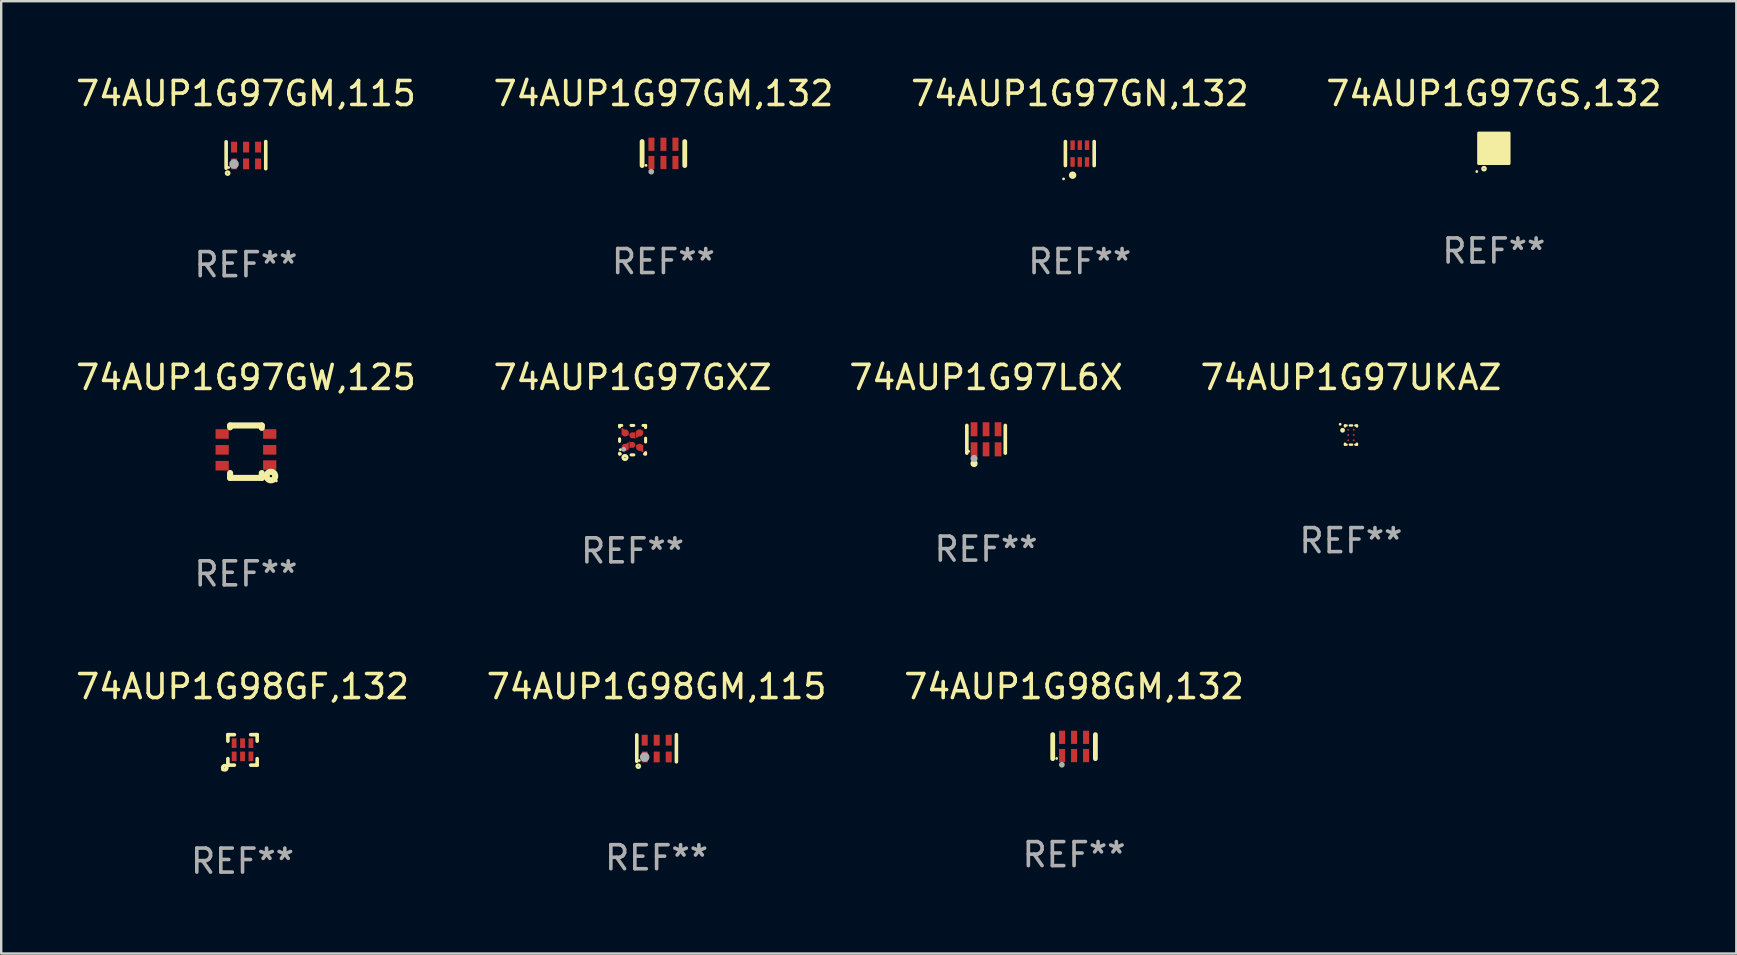
<source format=kicad_pcb>
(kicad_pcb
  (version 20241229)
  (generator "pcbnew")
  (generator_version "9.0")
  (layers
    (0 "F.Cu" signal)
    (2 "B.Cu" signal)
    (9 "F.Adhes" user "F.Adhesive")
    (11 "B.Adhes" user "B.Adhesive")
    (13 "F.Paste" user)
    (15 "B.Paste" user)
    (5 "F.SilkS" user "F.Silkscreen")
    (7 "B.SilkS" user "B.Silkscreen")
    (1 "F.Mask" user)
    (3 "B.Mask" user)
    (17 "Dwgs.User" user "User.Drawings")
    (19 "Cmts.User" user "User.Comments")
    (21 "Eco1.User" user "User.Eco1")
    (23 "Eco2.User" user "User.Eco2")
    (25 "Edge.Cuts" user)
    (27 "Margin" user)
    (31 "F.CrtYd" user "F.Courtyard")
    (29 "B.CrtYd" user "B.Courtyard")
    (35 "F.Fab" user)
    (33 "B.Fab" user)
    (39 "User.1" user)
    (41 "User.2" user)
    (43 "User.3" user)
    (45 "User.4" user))
  (footprint "74AUP1G97GN,132"
    (layer "F.Cu")
    (at 41.935 3.348)
    (property "Reference" "74AUP1G97GN,132" (at 0 -2.5 0) (layer "F.SilkS") (effects (font (size 1 1) (thickness 0.15))))
    (attr through_hole)
    (fp_line (start -0.6 -0.5) (end -0.6 0.5) (stroke (width 0.15) (type solid)) (layer "F.SilkS"))
    (fp_line (start 0.6 0.5) (end 0.6 -0.5) (stroke (width 0.15) (type solid)) (layer "F.SilkS"))
    (fp_circle (center -0.675 1.055) (end -0.645 1.055) (stroke (width 0.06) (type solid)) (fill no) (layer "F.SilkS"))
    (fp_circle (center -0.3 0.9) (end -0.22 0.9) (stroke (width 0.15) (type solid)) (fill no) (layer "F.SilkS"))
    (fp_text user "REF**" (at 0 4.5 0) (layer "F.Fab") (effects (font (size 1 1) (thickness 0.15))))
    (pad "1" smd rect (at -0.3 0.35) (size 0.18 0.4) (layers "F.Cu" "F.Mask" "F.Paste"))
    (pad "2" smd rect (at 0.000025 0.35) (size 0.18 0.4) (layers "F.Cu" "F.Mask" "F.Paste"))
    (pad "3" smd rect (at 0.3 0.35) (size 0.18 0.4) (layers "F.Cu" "F.Mask" "F.Paste"))
    (pad "4" smd rect (at 0.3 -0.35) (size 0.18 0.4) (layers "F.Cu" "F.Mask" "F.Paste"))
    (pad "5" smd rect (at 0.000025 -0.35) (size 0.18 0.4) (layers "F.Cu" "F.Mask" "F.Paste"))
    (pad "6" smd rect (at -0.3 -0.35) (size 0.18 0.4) (layers "F.Cu" "F.Mask" "F.Paste")))
  (footprint "74AUP1G98GM,115"
    (layer "F.Cu")
    (at 24.304 28.121)
    (property "Reference" "74AUP1G98GM,115" (at 0 -2.565 0) (layer "F.SilkS") (effects (font (size 1 1) (thickness 0.15))))
    (attr through_hole)
    (fp_line (start -0.825 -0.555) (end -0.825 0.545) (stroke (width 0.15) (type solid)) (layer "F.SilkS"))
    (fp_line (start 0.825 -0.565) (end 0.825 0.565) (stroke (width 0.15) (type solid)) (layer "F.SilkS"))
    (fp_circle (center -0.763 0.749) (end -0.695 0.749) (stroke (width 0.1) (type solid)) (fill no) (layer "F.SilkS"))
    (fp_circle (center -0.72 0.515) (end -0.69 0.515) (stroke (width 0.06) (type solid)) (fill no) (layer "F.SilkS"))
    (fp_circle (center -0.496 0.371) (end -0.396 0.371) (stroke (width 0.2) (type solid)) (fill no) (layer "F.Fab"))
    (fp_text user "REF**" (at 0 4.565 0) (layer "F.Fab") (effects (font (size 1 1) (thickness 0.15))))
    (pad "1" smd rect (at -0.495 0.365) (size 0.25 0.45) (layers "F.Cu" "F.Mask" "F.Paste"))
    (pad "2" smd rect (at 0.005 0.365) (size 0.25 0.45) (layers "F.Cu" "F.Mask" "F.Paste"))
    (pad "3" smd rect (at 0.505 0.365) (size 0.25 0.45) (layers "F.Cu" "F.Mask" "F.Paste"))
    (pad "4" smd rect (at 0.505 -0.335) (size 0.25 0.45) (layers "F.Cu" "F.Mask" "F.Paste"))
    (pad "5" smd rect (at 0.005 -0.335) (size 0.25 0.45) (layers "F.Cu" "F.Mask" "F.Paste"))
    (pad "6" smd rect (at -0.495 -0.335) (size 0.25 0.45) (layers "F.Cu" "F.Mask" "F.Paste")))
  (footprint "74AUP1G97L6X"
    (layer "F.Cu")
    (at 38.03 15.251)
    (property "Reference" "74AUP1G97L6X" (at 0 -2.576 0) (layer "F.SilkS") (effects (font (size 1 1) (thickness 0.15))))
    (attr through_hole)
    (fp_line (start -0.801 0.576) (end -0.801 -0.576) (stroke (width 0.152) (type solid)) (layer "F.SilkS"))
    (fp_line (start 0.801 0.576) (end 0.801 -0.576) (stroke (width 0.152) (type solid)) (layer "F.SilkS"))
    (fp_circle (center -0.725 0.5) (end -0.695 0.5) (stroke (width 0.06) (type solid)) (fill no) (layer "F.SilkS"))
    (fp_circle (center -0.5 1.01) (end -0.425 1.01) (stroke (width 0.15) (type solid)) (fill no) (layer "F.SilkS"))
    (fp_circle (center -0.5 0.8) (end -0.425 0.8) (stroke (width 0.15) (type solid)) (fill no) (layer "F.Fab"))
    (fp_text user "REF**" (at 0 4.576 0) (layer "F.Fab") (effects (font (size 1 1) (thickness 0.15))))
    (pad "1" smd rect (at -0.5 0.418) (size 0.28 0.585) (layers "F.Cu" "F.Mask" "F.Paste"))
    (pad "2" smd rect (at 0 0.418) (size 0.28 0.585) (layers "F.Cu" "F.Mask" "F.Paste"))
    (pad "3" smd rect (at 0.5 0.418) (size 0.28 0.585) (layers "F.Cu" "F.Mask" "F.Paste"))
    (pad "4" smd rect (at 0.5 -0.418) (size 0.28 0.585) (layers "F.Cu" "F.Mask" "F.Paste"))
    (pad "5" smd rect (at 0 -0.418) (size 0.28 0.585) (layers "F.Cu" "F.Mask" "F.Paste"))
    (pad "6" smd rect (at -0.5 -0.418) (size 0.28 0.585) (layers "F.Cu" "F.Mask" "F.Paste")))
  (footprint "74AUP1G98GM,132"
    (layer "F.Cu")
    (at 41.696 28.056)
    (property "Reference" "74AUP1G98GM,132" (at 0 -2.5 0) (layer "F.SilkS") (effects (font (size 1 1) (thickness 0.15))))
    (attr through_hole)
    (fp_line (start -0.889 0.5) (end -0.889 -0.5) (stroke (width 0.2) (type solid)) (layer "F.SilkS"))
    (fp_line (start 0.889 0.5) (end 0.889 -0.5) (stroke (width 0.2) (type solid)) (layer "F.SilkS"))
    (fp_circle (center -0.725 0.492) (end -0.695 0.492) (stroke (width 0.06) (type solid)) (fill no) (layer "F.SilkS"))
    (fp_circle (center -0.508 0.754) (end -0.448 0.754) (stroke (width 0.12) (type solid)) (fill no) (layer "F.Fab"))
    (fp_text user "REF**" (at 0 4.5 0) (layer "F.Fab") (effects (font (size 1 1) (thickness 0.15))))
    (pad "1" smd rect (at -0.5 0.372) (size 0.25 0.55) (layers "F.Cu" "F.Mask" "F.Paste"))
    (pad "2" smd rect (at -0.000127 0.372) (size 0.25 0.55) (layers "F.Cu" "F.Mask" "F.Paste"))
    (pad "3" smd rect (at 0.5 0.372) (size 0.25 0.55) (layers "F.Cu" "F.Mask" "F.Paste"))
    (pad "4" smd rect (at 0.5 -0.388 180) (size 0.25 0.55) (layers "F.Cu" "F.Mask" "F.Paste"))
    (pad "5" smd rect (at -0.000127 -0.388 180) (size 0.25 0.55) (layers "F.Cu" "F.Mask" "F.Paste"))
    (pad "6" smd rect (at -0.5 -0.388 180) (size 0.25 0.55) (layers "F.Cu" "F.Mask" "F.Paste")))
  (footprint "74AUP1G97GXZ"
    (layer "F.Cu")
    (at 23.304 15.287)
    (property "Reference" "74AUP1G97GXZ" (at 0 -2.613 0) (layer "F.SilkS") (effects (font (size 1 1) (thickness 0.15))))
    (attr through_hole)
    (fp_line (start -0.542 -0.613) (end -0.451 -0.613) (stroke (width 0.127) (type solid)) (layer "F.SilkS"))
    (fp_line (start -0.542 -0.55) (end -0.542 -0.613) (stroke (width 0.127) (type solid)) (layer "F.SilkS"))
    (fp_line (start -0.542 0.05) (end -0.542 -0.055) (stroke (width 0.127) (type solid)) (layer "F.SilkS"))
    (fp_line (start -0.542 0.577) (end -0.542 0.545) (stroke (width 0.127) (type solid)) (layer "F.SilkS"))
    (fp_line (start -0.512 0.577) (end -0.542 0.577) (stroke (width 0.127) (type solid)) (layer "F.SilkS"))
    (fp_line (start -0.064 -0.613) (end 0.049 -0.613) (stroke (width 0.127) (type solid)) (layer "F.SilkS"))
    (fp_line (start -0.062 0.613) (end 0.051 0.613) (stroke (width 0.127) (type solid)) (layer "F.SilkS"))
    (fp_line (start 0.436 -0.613) (end 0.542 -0.613) (stroke (width 0.127) (type solid)) (layer "F.SilkS"))
    (fp_line (start 0.542 -0.613) (end 0.542 -0.524) (stroke (width 0.127) (type solid)) (layer "F.SilkS"))
    (fp_line (start 0.542 -0.081) (end 0.542 0.076) (stroke (width 0.127) (type solid)) (layer "F.SilkS"))
    (fp_line (start 0.542 0.519) (end 0.542 0.577) (stroke (width 0.127) (type solid)) (layer "F.SilkS"))
    (fp_line (start 0.542 0.577) (end 0.497 0.577) (stroke (width 0.127) (type solid)) (layer "F.SilkS"))
    (fp_circle (center -0.508 0.397) (end -0.478 0.397) (stroke (width 0.06) (type solid)) (fill no) (layer "F.SilkS"))
    (fp_circle (center -0.317 0.723) (end -0.296 0.723) (stroke (width 0.127) (type solid)) (fill no) (layer "F.SilkS"))
    (fp_circle (center -0.373 0.382) (end -0.322 0.382) (stroke (width 0.1) (type solid)) (fill no) (layer "F.Fab"))
    (fp_text user "REF**" (at 0 4.613 0) (layer "F.Fab") (effects (font (size 1 1) (thickness 0.15))))
    (pad "1" smd custom (at -0.308 0.298 90) (size 0.3 0.3) (layers "F.Cu" "F.Mask" "F.Paste") (options (anchor circle)) (primitives (gr_poly (pts (xy -0.1 0.15) (xy 0.2 0.15) (xy 0.2 0.1) (xy -0.05 -0.15) (xy -0.1 -0.15)) (width 0) (fill yes))))
    (pad "2" smd custom (at -0.008 0.197 90) (size 0.25 0.3) (layers "F.Cu" "F.Mask" "F.Paste") (options (anchor circle)) (primitives (gr_poly (pts (xy -0.15 -0.125) (xy 0.15 -0.125) (xy 0.000076 0.125)) (width 0) (fill yes))))
    (pad "3" smd custom (at 0.292 0.298 90) (size 0.3 0.3) (layers "F.Cu" "F.Mask" "F.Paste") (options (anchor circle)) (primitives (gr_poly (pts (xy 0.1 0.15) (xy 0.1 -0.15) (xy 0.05 -0.15) (xy -0.2 0.1) (xy -0.2 0.15)) (width 0) (fill yes))))
    (pad "4" smd custom (at 0.292 -0.302 90) (size 0.3 0.3) (layers "F.Cu" "F.Mask" "F.Paste") (options (anchor circle)) (primitives (gr_poly (pts (xy 0.1 -0.15) (xy -0.2 -0.15) (xy -0.2 -0.1) (xy 0.05 0.15) (xy 0.1 0.15)) (width 0) (fill yes))))
    (pad "5" smd custom (at -0.008 -0.202 90) (size 0.25 0.3) (layers "F.Cu" "F.Mask" "F.Paste") (options (anchor circle)) (primitives (gr_poly (pts (xy -0.15 0.125) (xy 0.15 0.125) (xy 0.000051 -0.125)) (width 0) (fill yes))))
    (pad "6" smd custom (at -0.308 -0.302 90) (size 0.3 0.3) (layers "F.Cu" "F.Mask" "F.Paste") (options (anchor circle)) (primitives (gr_poly (pts (xy -0.1 -0.15) (xy 0.2 -0.15) (xy 0.2 -0.1) (xy -0.05 0.15) (xy -0.1 0.15)) (width 0) (fill yes)))))
  (footprint "74AUP1G97GM,132"
    (layer "F.Cu")
    (at 24.589 3.348)
    (property "Reference" "74AUP1G97GM,132" (at 0 -2.5 0) (layer "F.SilkS") (effects (font (size 1 1) (thickness 0.15))))
    (attr through_hole)
    (fp_line (start -0.889 0.5) (end -0.889 -0.5) (stroke (width 0.2) (type solid)) (layer "F.SilkS"))
    (fp_line (start 0.889 0.5) (end 0.889 -0.5) (stroke (width 0.2) (type solid)) (layer "F.SilkS"))
    (fp_circle (center -0.725 0.492) (end -0.695 0.492) (stroke (width 0.06) (type solid)) (fill no) (layer "F.SilkS"))
    (fp_circle (center -0.508 0.754) (end -0.448 0.754) (stroke (width 0.12) (type solid)) (fill no) (layer "F.Fab"))
    (fp_text user "REF**" (at 0 4.5 0) (layer "F.Fab") (effects (font (size 1 1) (thickness 0.15))))
    (pad "1" smd rect (at -0.5 0.372) (size 0.25 0.55) (layers "F.Cu" "F.Mask" "F.Paste"))
    (pad "2" smd rect (at -0.000127 0.372) (size 0.25 0.55) (layers "F.Cu" "F.Mask" "F.Paste"))
    (pad "3" smd rect (at 0.5 0.372) (size 0.25 0.55) (layers "F.Cu" "F.Mask" "F.Paste"))
    (pad "4" smd rect (at 0.5 -0.388 180) (size 0.25 0.55) (layers "F.Cu" "F.Mask" "F.Paste"))
    (pad "5" smd rect (at -0.000127 -0.388 180) (size 0.25 0.55) (layers "F.Cu" "F.Mask" "F.Paste"))
    (pad "6" smd rect (at -0.5 -0.388 180) (size 0.25 0.55) (layers "F.Cu" "F.Mask" "F.Paste")))
  (footprint "74AUP1G97GS,132"
    (layer "F.Cu")
    (at 59.185 3.128)
    (property "Reference" "74AUP1G97GS,132" (at 0 -2.28 0) (layer "F.SilkS") (effects (font (size 1 1) (thickness 0.15))))
    (attr through_hole)
    (fp_circle (center -0.71 0.968) (end -0.68 0.968) (stroke (width 0.06) (type solid)) (fill no) (layer "F.SilkS"))
    (fp_circle (center -0.41 0.85) (end -0.342 0.85) (stroke (width 0.1) (type solid)) (fill no) (layer "F.SilkS"))
    (fp_poly (pts (xy -0.635 -0.635) (xy 0.635 -0.635) (xy 0.635 0.635) (xy -0.635 0.635)) (stroke (width 0.12) (type solid)) (fill yes) (layer "F.SilkS"))
    (fp_text user "REF**" (at 0 4.28 0) (layer "F.Fab") (effects (font (size 1 1) (thickness 0.15))))
    (pad "1" smd rect (at -0.35 0.28 90) (size 0.35 0.2) (layers "F.Cu" "F.Mask" "F.Paste"))
    (pad "2" smd rect (at 0 0.28 90) (size 0.35 0.2) (layers "F.Cu" "F.Mask" "F.Paste"))
    (pad "3" smd rect (at 0.35 0.28 90) (size 0.35 0.2) (layers "F.Cu" "F.Mask" "F.Paste"))
    (pad "4" smd rect (at 0.35 -0.28 90) (size 0.35 0.2) (layers "F.Cu" "F.Mask" "F.Paste"))
    (pad "5" smd rect (at 0 -0.28 90) (size 0.35 0.2) (layers "F.Cu" "F.Mask" "F.Paste"))
    (pad "6" smd rect (at -0.35 -0.28 90) (size 0.35 0.2) (layers "F.Cu" "F.Mask" "F.Paste")))
  (footprint "74AUP1G97GM,115"
    (layer "F.Cu")
    (at 7.196 3.413)
    (property "Reference" "74AUP1G97GM,115" (at 0 -2.565 0) (layer "F.SilkS") (effects (font (size 1 1) (thickness 0.15))))
    (attr through_hole)
    (fp_line (start -0.825 -0.555) (end -0.825 0.545) (stroke (width 0.15) (type solid)) (layer "F.SilkS"))
    (fp_line (start 0.825 -0.565) (end 0.825 0.565) (stroke (width 0.15) (type solid)) (layer "F.SilkS"))
    (fp_circle (center -0.763 0.749) (end -0.695 0.749) (stroke (width 0.1) (type solid)) (fill no) (layer "F.SilkS"))
    (fp_circle (center -0.72 0.515) (end -0.69 0.515) (stroke (width 0.06) (type solid)) (fill no) (layer "F.SilkS"))
    (fp_circle (center -0.496 0.371) (end -0.396 0.371) (stroke (width 0.2) (type solid)) (fill no) (layer "F.Fab"))
    (fp_text user "REF**" (at 0 4.565 0) (layer "F.Fab") (effects (font (size 1 1) (thickness 0.15))))
    (pad "1" smd rect (at -0.495 0.365) (size 0.25 0.45) (layers "F.Cu" "F.Mask" "F.Paste"))
    (pad "2" smd rect (at 0.005 0.365) (size 0.25 0.45) (layers "F.Cu" "F.Mask" "F.Paste"))
    (pad "3" smd rect (at 0.505 0.365) (size 0.25 0.45) (layers "F.Cu" "F.Mask" "F.Paste"))
    (pad "4" smd rect (at 0.505 -0.335) (size 0.25 0.45) (layers "F.Cu" "F.Mask" "F.Paste"))
    (pad "5" smd rect (at 0.005 -0.335) (size 0.25 0.45) (layers "F.Cu" "F.Mask" "F.Paste"))
    (pad "6" smd rect (at -0.495 -0.335) (size 0.25 0.45) (layers "F.Cu" "F.Mask" "F.Paste")))
  (footprint "74AUP1G97UKAZ"
    (layer "F.Cu")
    (at 53.232 15.075)
    (property "Reference" "74AUP1G97UKAZ" (at 0 -2.4 0) (layer "F.SilkS") (effects (font (size 1 1) (thickness 0.15))))
    (attr through_hole)
    (fp_line (start -0.25 -0.4) (end -0.183 -0.4) (stroke (width 0.1) (type solid)) (layer "F.SilkS"))
    (fp_line (start -0.25 -0.359) (end -0.25 -0.4) (stroke (width 0.1) (type solid)) (layer "F.SilkS"))
    (fp_line (start -0.25 0.4) (end -0.25 0.359) (stroke (width 0.1) (type solid)) (layer "F.SilkS"))
    (fp_line (start -0.183 0.4) (end -0.25 0.4) (stroke (width 0.1) (type solid)) (layer "F.SilkS"))
    (fp_line (start -0.047 -0.4) (end 0.047 -0.4) (stroke (width 0.1) (type solid)) (layer "F.SilkS"))
    (fp_line (start 0.047 0.4) (end -0.047 0.4) (stroke (width 0.1) (type solid)) (layer "F.SilkS"))
    (fp_line (start 0.183 -0.4) (end 0.25 -0.4) (stroke (width 0.1) (type solid)) (layer "F.SilkS"))
    (fp_line (start 0.25 -0.4) (end 0.25 -0.358) (stroke (width 0.1) (type solid)) (layer "F.SilkS"))
    (fp_line (start 0.25 0.358) (end 0.25 0.4) (stroke (width 0.1) (type solid)) (layer "F.SilkS"))
    (fp_line (start 0.25 0.4) (end 0.183 0.4) (stroke (width 0.1) (type solid)) (layer "F.SilkS"))
    (fp_circle (center -0.45 -0.45) (end -0.42 -0.45) (stroke (width 0.06) (type solid)) (fill no) (layer "F.SilkS"))
    (fp_circle (center -0.35 -0.2) (end -0.3 -0.2) (stroke (width 0.1) (type solid)) (fill no) (layer "F.SilkS"))
    (fp_text user "REF**" (at 0 4.4 0) (layer "F.Fab") (effects (font (size 1 1) (thickness 0.15))))
    (pad "A1" smd circle (at -0.115 -0.22) (size 0.08 0.08) (layers "F.Cu" "F.Mask" "F.Paste"))
    (pad "A2" smd circle (at 0.115 -0.22) (size 0.08 0.08) (layers "F.Cu" "F.Mask" "F.Paste"))
    (pad "B1" smd circle (at -0.115 0) (size 0.08 0.08) (layers "F.Cu" "F.Mask" "F.Paste"))
    (pad "B2" smd circle (at 0.115 0) (size 0.08 0.08) (layers "F.Cu" "F.Mask" "F.Paste"))
    (pad "C1" smd circle (at -0.115 0.22) (size 0.08 0.08) (layers "F.Cu" "F.Mask" "F.Paste"))
    (pad "C2" smd circle (at 0.115 0.22) (size 0.08 0.08) (layers "F.Cu" "F.Mask" "F.Paste")))
  (footprint "74AUP1G97GW,125"
    (layer "F.Cu")
    (at 7.196 15.767)
    (property "Reference" "74AUP1G97GW,125" (at 0 -3.092 0) (layer "F.SilkS") (effects (font (size 1 1) (thickness 0.15))))
    (attr through_hole)
    (fp_line (start -0.66 -1.092) (end -0.66 -1.016) (stroke (width 0.254) (type solid)) (layer "F.SilkS"))
    (fp_line (start -0.66 1.092) (end -0.66 0.889) (stroke (width 0.254) (type solid)) (layer "F.SilkS"))
    (fp_line (start 0.66 -1.092) (end -0.66 -1.092) (stroke (width 0.254) (type solid)) (layer "F.SilkS"))
    (fp_line (start 0.66 -0.991) (end 0.66 -1.092) (stroke (width 0.254) (type solid)) (layer "F.SilkS"))
    (fp_line (start 0.66 0.889) (end 0.66 1.092) (stroke (width 0.254) (type solid)) (layer "F.SilkS"))
    (fp_line (start 0.66 1.092) (end -0.66 1.092) (stroke (width 0.254) (type solid)) (layer "F.SilkS"))
    (fp_circle (center 1.041 1.016) (end 1.092 1.016) (stroke (width 0.254) (type solid)) (fill no) (layer "F.SilkS"))
    (fp_circle (center 1.266 1.219) (end 1.296 1.219) (stroke (width 0.06) (type solid)) (fill no) (layer "F.SilkS"))
    (fp_text user "REF**" (at 0 5.092 0) (layer "F.Fab") (effects (font (size 1 1) (thickness 0.15))))
    (pad "1" smd rect (at 0.991 0.559 270) (size 0.399 0.551) (layers "F.Cu" "F.Mask" "F.Paste"))
    (pad "2" smd rect (at 0.991 -0.076 270) (size 0.399 0.551) (layers "F.Cu" "F.Mask" "F.Paste"))
    (pad "3" smd rect (at 0.991 -0.737 270) (size 0.399 0.551) (layers "F.Cu" "F.Mask" "F.Paste"))
    (pad "4" smd rect (at -0.991 -0.737 270) (size 0.399 0.551) (layers "F.Cu" "F.Mask" "F.Paste"))
    (pad "5" smd rect (at -0.991 -0.076 270) (size 0.399 0.551) (layers "F.Cu" "F.Mask" "F.Paste"))
    (pad "6" smd rect (at -0.991 0.584 270) (size 0.399 0.551) (layers "F.Cu" "F.Mask" "F.Paste")))
  (footprint "74AUP1G98GF,132"
    (layer "F.Cu")
    (at 7.054 28.191)
    (property "Reference" "74AUP1G98GF,132" (at 0 -2.635 0) (layer "F.SilkS") (effects (font (size 1 1) (thickness 0.15))))
    (attr through_hole)
    (fp_line (start -0.61 0.635) (end -0.61 0.365) (stroke (width 0.15) (type solid)) (layer "F.SilkS"))
    (fp_line (start -0.61 -0.635) (end -0.34 -0.635) (stroke (width 0.15) (type solid)) (layer "F.SilkS"))
    (fp_line (start -0.61 -0.585) (end -0.61 -0.635) (stroke (width 0.15) (type solid)) (layer "F.SilkS"))
    (fp_line (start -0.61 -0.365) (end -0.61 -0.585) (stroke (width 0.15) (type solid)) (layer "F.SilkS"))
    (fp_line (start -0.56 0.635) (end -0.61 0.635) (stroke (width 0.15) (type solid)) (layer "F.SilkS"))
    (fp_line (start -0.34 0.635) (end -0.56 0.635) (stroke (width 0.15) (type solid)) (layer "F.SilkS"))
    (fp_line (start 0.34 -0.635) (end 0.56 -0.635) (stroke (width 0.15) (type solid)) (layer "F.SilkS"))
    (fp_line (start 0.56 -0.635) (end 0.61 -0.635) (stroke (width 0.15) (type solid)) (layer "F.SilkS"))
    (fp_line (start 0.61 -0.635) (end 0.61 -0.365) (stroke (width 0.15) (type solid)) (layer "F.SilkS"))
    (fp_line (start 0.61 0.365) (end 0.61 0.585) (stroke (width 0.15) (type solid)) (layer "F.SilkS"))
    (fp_line (start 0.61 0.585) (end 0.61 0.635) (stroke (width 0.15) (type solid)) (layer "F.SilkS"))
    (fp_line (start 0.61 0.635) (end 0.34 0.635) (stroke (width 0.15) (type solid)) (layer "F.SilkS"))
    (fp_circle (center -0.829 0.834) (end -0.799 0.834) (stroke (width 0.06) (type solid)) (fill no) (layer "F.SilkS"))
    (fp_circle (center -0.74 0.745) (end -0.726 0.745) (stroke (width 0.15) (type solid)) (fill no) (layer "F.SilkS"))
    (fp_text user "REF**" (at 0 4.635 0) (layer "F.Fab") (effects (font (size 1 1) (thickness 0.15))))
    (pad "1" smd rect (at -0.35 0.27) (size 0.2 0.4) (layers "F.Cu" "F.Mask" "F.Paste"))
    (pad "2" smd rect (at -0.000051 0.27) (size 0.2 0.4) (layers "F.Cu" "F.Mask" "F.Paste"))
    (pad "3" smd rect (at 0.35 0.27) (size 0.2 0.4) (layers "F.Cu" "F.Mask" "F.Paste"))
    (pad "4" smd rect (at 0.35 -0.28) (size 0.2 0.4) (layers "F.Cu" "F.Mask" "F.Paste"))
    (pad "5" smd rect (at -0.000051 -0.28) (size 0.2 0.4) (layers "F.Cu" "F.Mask" "F.Paste"))
    (pad "6" smd rect (at -0.35 -0.28) (size 0.2 0.4) (layers "F.Cu" "F.Mask" "F.Paste")))
  (gr_rect
    (start -3 -3)
    (end 69.286 36.674)
    (stroke (width 0.1) (type default))
    (fill no)
    (layer "Edge.Cuts")))
</source>
